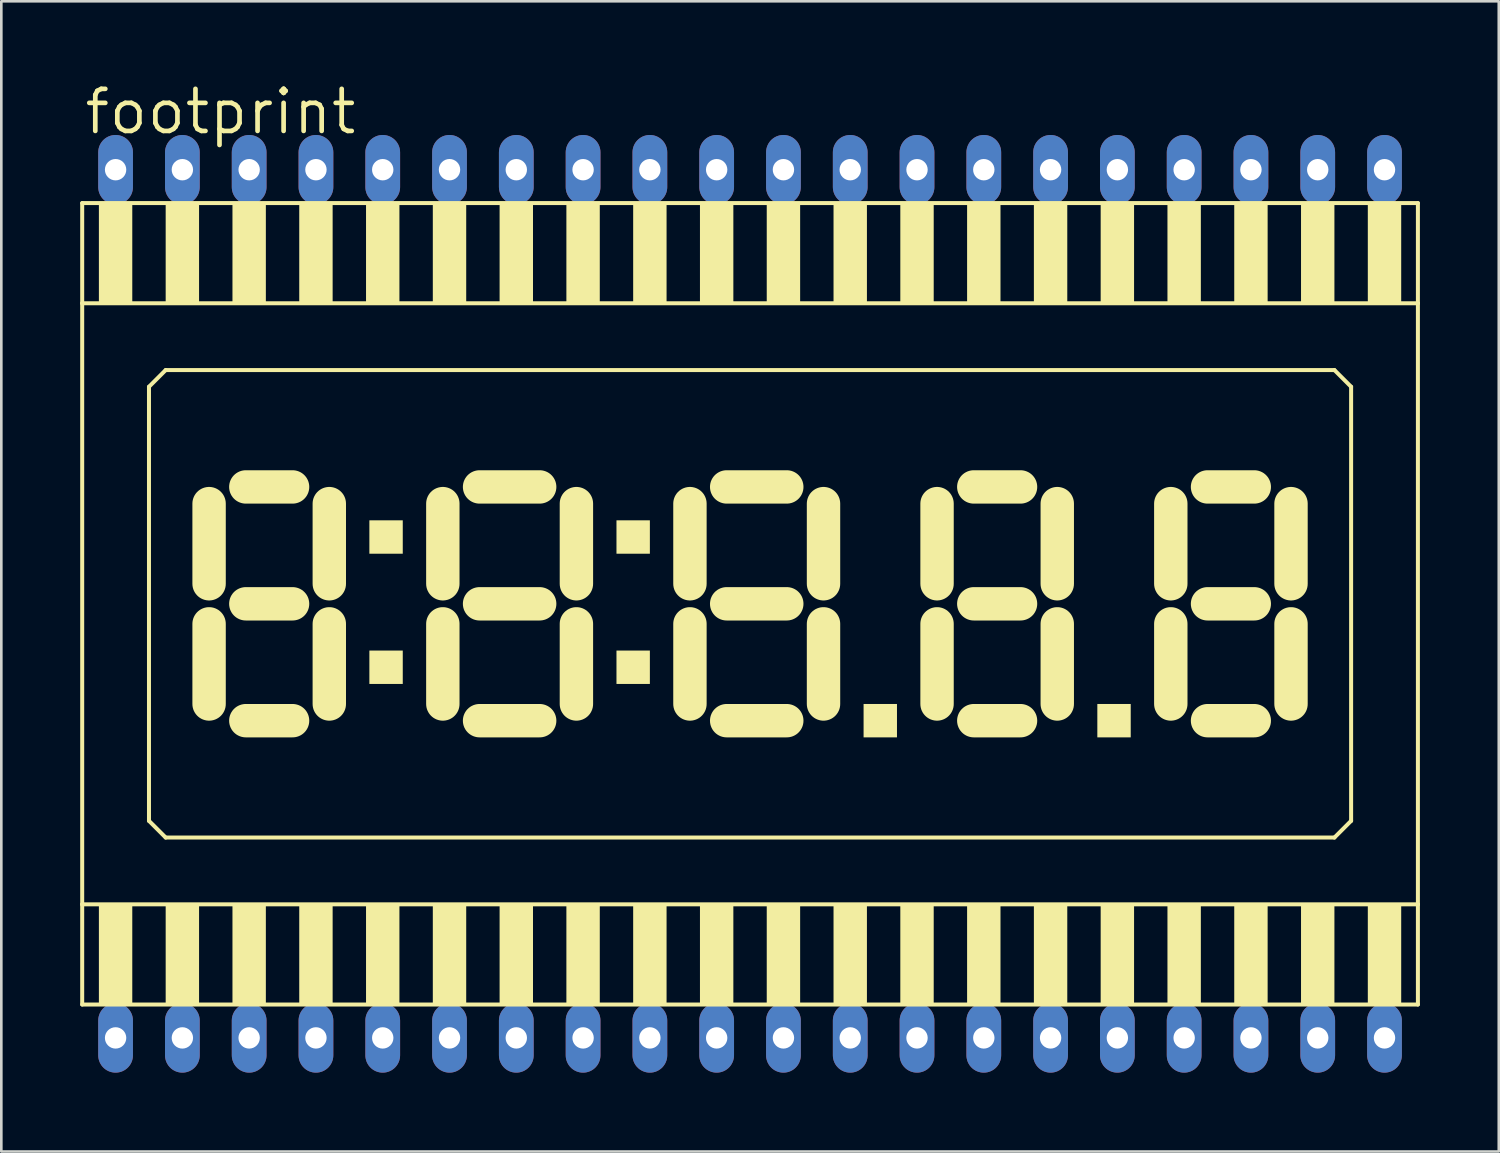
<source format=kicad_pcb>
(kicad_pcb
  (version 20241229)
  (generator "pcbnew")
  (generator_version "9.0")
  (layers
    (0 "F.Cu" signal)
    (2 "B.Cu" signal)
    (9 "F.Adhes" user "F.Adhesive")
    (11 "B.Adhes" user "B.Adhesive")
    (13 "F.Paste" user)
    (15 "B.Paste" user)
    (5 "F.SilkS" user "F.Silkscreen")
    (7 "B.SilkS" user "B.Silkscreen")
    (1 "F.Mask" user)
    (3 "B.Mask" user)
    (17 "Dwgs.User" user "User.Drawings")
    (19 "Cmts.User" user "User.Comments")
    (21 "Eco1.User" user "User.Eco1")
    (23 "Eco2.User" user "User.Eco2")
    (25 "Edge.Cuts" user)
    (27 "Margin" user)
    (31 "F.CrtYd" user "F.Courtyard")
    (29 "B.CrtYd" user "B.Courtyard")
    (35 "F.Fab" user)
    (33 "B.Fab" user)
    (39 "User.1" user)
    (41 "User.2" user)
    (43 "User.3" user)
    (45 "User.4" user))
  (footprint "footprint"
    (layer "F.Cu")
    (at 25.476 19.914)
    (property "Reference" "footprint" (at -25.4 -17.78 0) (layer "F.SilkS") (effects (font (size 1.6 1.6) (thickness 0.178)) (justify left bottom)))
    (fp_line (start -25.4 -15.24) (end -25.4 -11.43) (stroke (width 0.152) (type solid)) (layer "F.SilkS"))
    (fp_line (start -25.4 -11.43) (end -25.4 11.43) (stroke (width 0.152) (type solid)) (layer "F.SilkS"))
    (fp_line (start -25.4 -11.43) (end 25.4 -11.43) (stroke (width 0.152) (type solid)) (layer "F.SilkS"))
    (fp_line (start -25.4 11.43) (end -25.4 15.24) (stroke (width 0.152) (type solid)) (layer "F.SilkS"))
    (fp_line (start -25.4 15.24) (end 25.4 15.24) (stroke (width 0.152) (type solid)) (layer "F.SilkS"))
    (fp_line (start -22.86 -8.255) (end -22.86 8.255) (stroke (width 0.152) (type solid)) (layer "F.SilkS"))
    (fp_line (start -22.86 8.255) (end -22.225 8.89) (stroke (width 0.152) (type solid)) (layer "F.SilkS"))
    (fp_line (start -22.225 -8.89) (end -22.86 -8.255) (stroke (width 0.152) (type solid)) (layer "F.SilkS"))
    (fp_line (start -22.225 8.89) (end 22.225 8.89) (stroke (width 0.152) (type solid)) (layer "F.SilkS"))
    (fp_line (start -20.574 -3.81) (end -20.574 -0.762) (stroke (width 1.27) (type solid)) (layer "F.SilkS"))
    (fp_line (start -20.574 0.762) (end -20.574 3.81) (stroke (width 1.27) (type solid)) (layer "F.SilkS"))
    (fp_line (start -19.177 -4.445) (end -17.399 -4.445) (stroke (width 1.27) (type solid)) (layer "F.SilkS"))
    (fp_line (start -19.177 0) (end -17.399 0) (stroke (width 1.27) (type solid)) (layer "F.SilkS"))
    (fp_line (start -19.177 4.445) (end -17.399 4.445) (stroke (width 1.27) (type solid)) (layer "F.SilkS"))
    (fp_line (start -16.002 -0.762) (end -16.002 -3.81) (stroke (width 1.27) (type solid)) (layer "F.SilkS"))
    (fp_line (start -16.002 3.81) (end -16.002 0.762) (stroke (width 1.27) (type solid)) (layer "F.SilkS"))
    (fp_line (start -11.684 -3.81) (end -11.684 -0.762) (stroke (width 1.27) (type solid)) (layer "F.SilkS"))
    (fp_line (start -11.684 0.762) (end -11.684 3.81) (stroke (width 1.27) (type solid)) (layer "F.SilkS"))
    (fp_line (start -10.287 -4.445) (end -8.001 -4.445) (stroke (width 1.27) (type solid)) (layer "F.SilkS"))
    (fp_line (start -10.287 0) (end -8.001 0) (stroke (width 1.27) (type solid)) (layer "F.SilkS"))
    (fp_line (start -10.287 4.445) (end -8.001 4.445) (stroke (width 1.27) (type solid)) (layer "F.SilkS"))
    (fp_line (start -6.604 -0.762) (end -6.604 -3.81) (stroke (width 1.27) (type solid)) (layer "F.SilkS"))
    (fp_line (start -6.604 3.81) (end -6.604 0.762) (stroke (width 1.27) (type solid)) (layer "F.SilkS"))
    (fp_line (start -2.286 -3.81) (end -2.286 -0.762) (stroke (width 1.27) (type solid)) (layer "F.SilkS"))
    (fp_line (start -2.286 0.762) (end -2.286 3.81) (stroke (width 1.27) (type solid)) (layer "F.SilkS"))
    (fp_line (start -0.889 -4.445) (end 1.397 -4.445) (stroke (width 1.27) (type solid)) (layer "F.SilkS"))
    (fp_line (start -0.889 0) (end 1.397 0) (stroke (width 1.27) (type solid)) (layer "F.SilkS"))
    (fp_line (start -0.889 4.445) (end 1.397 4.445) (stroke (width 1.27) (type solid)) (layer "F.SilkS"))
    (fp_line (start 2.794 -0.762) (end 2.794 -3.81) (stroke (width 1.27) (type solid)) (layer "F.SilkS"))
    (fp_line (start 2.794 3.81) (end 2.794 0.762) (stroke (width 1.27) (type solid)) (layer "F.SilkS"))
    (fp_line (start 7.112 -3.81) (end 7.112 -0.762) (stroke (width 1.27) (type solid)) (layer "F.SilkS"))
    (fp_line (start 7.112 0.762) (end 7.112 3.81) (stroke (width 1.27) (type solid)) (layer "F.SilkS"))
    (fp_line (start 8.509 -4.445) (end 10.287 -4.445) (stroke (width 1.27) (type solid)) (layer "F.SilkS"))
    (fp_line (start 8.509 0) (end 10.287 0) (stroke (width 1.27) (type solid)) (layer "F.SilkS"))
    (fp_line (start 8.509 4.445) (end 10.287 4.445) (stroke (width 1.27) (type solid)) (layer "F.SilkS"))
    (fp_line (start 11.684 -0.762) (end 11.684 -3.81) (stroke (width 1.27) (type solid)) (layer "F.SilkS"))
    (fp_line (start 11.684 3.81) (end 11.684 0.762) (stroke (width 1.27) (type solid)) (layer "F.SilkS"))
    (fp_line (start 16.002 -3.81) (end 16.002 -0.762) (stroke (width 1.27) (type solid)) (layer "F.SilkS"))
    (fp_line (start 16.002 0.762) (end 16.002 3.81) (stroke (width 1.27) (type solid)) (layer "F.SilkS"))
    (fp_line (start 17.399 -4.445) (end 19.177 -4.445) (stroke (width 1.27) (type solid)) (layer "F.SilkS"))
    (fp_line (start 17.399 0) (end 19.177 0) (stroke (width 1.27) (type solid)) (layer "F.SilkS"))
    (fp_line (start 17.399 4.445) (end 19.177 4.445) (stroke (width 1.27) (type solid)) (layer "F.SilkS"))
    (fp_line (start 20.574 -0.762) (end 20.574 -3.81) (stroke (width 1.27) (type solid)) (layer "F.SilkS"))
    (fp_line (start 20.574 3.81) (end 20.574 0.762) (stroke (width 1.27) (type solid)) (layer "F.SilkS"))
    (fp_line (start 22.225 -8.89) (end -22.225 -8.89) (stroke (width 0.152) (type solid)) (layer "F.SilkS"))
    (fp_line (start 22.225 8.89) (end 22.86 8.255) (stroke (width 0.152) (type solid)) (layer "F.SilkS"))
    (fp_line (start 22.86 -8.255) (end 22.225 -8.89) (stroke (width 0.152) (type solid)) (layer "F.SilkS"))
    (fp_line (start 22.86 8.255) (end 22.86 -8.255) (stroke (width 0.152) (type solid)) (layer "F.SilkS"))
    (fp_line (start 25.4 -15.24) (end -25.4 -15.24) (stroke (width 0.152) (type solid)) (layer "F.SilkS"))
    (fp_line (start 25.4 -11.43) (end 25.4 -15.24) (stroke (width 0.152) (type solid)) (layer "F.SilkS"))
    (fp_line (start 25.4 11.43) (end -25.4 11.43) (stroke (width 0.152) (type solid)) (layer "F.SilkS"))
    (fp_line (start 25.4 11.43) (end 25.4 -11.43) (stroke (width 0.152) (type solid)) (layer "F.SilkS"))
    (fp_line (start 25.4 15.24) (end 25.4 11.43) (stroke (width 0.152) (type solid)) (layer "F.SilkS"))
    (fp_poly (pts (xy -24.765 -11.43) (xy -23.495 -11.43) (xy -23.495 -15.24) (xy -24.765 -15.24)) (stroke (width 0) (type solid)) (fill yes) (layer "F.SilkS"))
    (fp_poly (pts (xy -24.765 15.24) (xy -23.495 15.24) (xy -23.495 11.43) (xy -24.765 11.43)) (stroke (width 0) (type solid)) (fill yes) (layer "F.SilkS"))
    (fp_poly (pts (xy -22.225 -11.43) (xy -20.955 -11.43) (xy -20.955 -15.24) (xy -22.225 -15.24)) (stroke (width 0) (type solid)) (fill yes) (layer "F.SilkS"))
    (fp_poly (pts (xy -22.225 15.24) (xy -20.955 15.24) (xy -20.955 11.43) (xy -22.225 11.43)) (stroke (width 0) (type solid)) (fill yes) (layer "F.SilkS"))
    (fp_poly (pts (xy -19.685 -11.43) (xy -18.415 -11.43) (xy -18.415 -15.24) (xy -19.685 -15.24)) (stroke (width 0) (type solid)) (fill yes) (layer "F.SilkS"))
    (fp_poly (pts (xy -19.685 15.24) (xy -18.415 15.24) (xy -18.415 11.43) (xy -19.685 11.43)) (stroke (width 0) (type solid)) (fill yes) (layer "F.SilkS"))
    (fp_poly (pts (xy -17.145 -11.43) (xy -15.875 -11.43) (xy -15.875 -15.24) (xy -17.145 -15.24)) (stroke (width 0) (type solid)) (fill yes) (layer "F.SilkS"))
    (fp_poly (pts (xy -17.145 15.24) (xy -15.875 15.24) (xy -15.875 11.43) (xy -17.145 11.43)) (stroke (width 0) (type solid)) (fill yes) (layer "F.SilkS"))
    (fp_poly (pts (xy -14.605 -11.43) (xy -13.335 -11.43) (xy -13.335 -15.24) (xy -14.605 -15.24)) (stroke (width 0) (type solid)) (fill yes) (layer "F.SilkS"))
    (fp_poly (pts (xy -14.605 15.24) (xy -13.335 15.24) (xy -13.335 11.43) (xy -14.605 11.43)) (stroke (width 0) (type solid)) (fill yes) (layer "F.SilkS"))
    (fp_poly (pts (xy -14.478 -1.905) (xy -13.208 -1.905) (xy -13.208 -3.175) (xy -14.478 -3.175)) (stroke (width 0) (type solid)) (fill yes) (layer "F.SilkS"))
    (fp_poly (pts (xy -14.478 3.048) (xy -13.208 3.048) (xy -13.208 1.778) (xy -14.478 1.778)) (stroke (width 0) (type solid)) (fill yes) (layer "F.SilkS"))
    (fp_poly (pts (xy -12.065 -11.43) (xy -10.795 -11.43) (xy -10.795 -15.24) (xy -12.065 -15.24)) (stroke (width 0) (type solid)) (fill yes) (layer "F.SilkS"))
    (fp_poly (pts (xy -12.065 15.24) (xy -10.795 15.24) (xy -10.795 11.43) (xy -12.065 11.43)) (stroke (width 0) (type solid)) (fill yes) (layer "F.SilkS"))
    (fp_poly (pts (xy -9.525 -11.43) (xy -8.255 -11.43) (xy -8.255 -15.24) (xy -9.525 -15.24)) (stroke (width 0) (type solid)) (fill yes) (layer "F.SilkS"))
    (fp_poly (pts (xy -9.525 15.24) (xy -8.255 15.24) (xy -8.255 11.43) (xy -9.525 11.43)) (stroke (width 0) (type solid)) (fill yes) (layer "F.SilkS"))
    (fp_poly (pts (xy -6.985 -11.43) (xy -5.715 -11.43) (xy -5.715 -15.24) (xy -6.985 -15.24)) (stroke (width 0) (type solid)) (fill yes) (layer "F.SilkS"))
    (fp_poly (pts (xy -6.985 15.24) (xy -5.715 15.24) (xy -5.715 11.43) (xy -6.985 11.43)) (stroke (width 0) (type solid)) (fill yes) (layer "F.SilkS"))
    (fp_poly (pts (xy -5.08 -1.905) (xy -3.81 -1.905) (xy -3.81 -3.175) (xy -5.08 -3.175)) (stroke (width 0) (type solid)) (fill yes) (layer "F.SilkS"))
    (fp_poly (pts (xy -5.08 3.048) (xy -3.81 3.048) (xy -3.81 1.778) (xy -5.08 1.778)) (stroke (width 0) (type solid)) (fill yes) (layer "F.SilkS"))
    (fp_poly (pts (xy -4.445 -11.43) (xy -3.175 -11.43) (xy -3.175 -15.24) (xy -4.445 -15.24)) (stroke (width 0) (type solid)) (fill yes) (layer "F.SilkS"))
    (fp_poly (pts (xy -4.445 15.24) (xy -3.175 15.24) (xy -3.175 11.43) (xy -4.445 11.43)) (stroke (width 0) (type solid)) (fill yes) (layer "F.SilkS"))
    (fp_poly (pts (xy -1.905 -11.43) (xy -0.635 -11.43) (xy -0.635 -15.24) (xy -1.905 -15.24)) (stroke (width 0) (type solid)) (fill yes) (layer "F.SilkS"))
    (fp_poly (pts (xy -1.905 15.24) (xy -0.635 15.24) (xy -0.635 11.43) (xy -1.905 11.43)) (stroke (width 0) (type solid)) (fill yes) (layer "F.SilkS"))
    (fp_poly (pts (xy 0.635 -11.43) (xy 1.905 -11.43) (xy 1.905 -15.24) (xy 0.635 -15.24)) (stroke (width 0) (type solid)) (fill yes) (layer "F.SilkS"))
    (fp_poly (pts (xy 0.635 15.24) (xy 1.905 15.24) (xy 1.905 11.43) (xy 0.635 11.43)) (stroke (width 0) (type solid)) (fill yes) (layer "F.SilkS"))
    (fp_poly (pts (xy 3.175 -11.43) (xy 4.445 -11.43) (xy 4.445 -15.24) (xy 3.175 -15.24)) (stroke (width 0) (type solid)) (fill yes) (layer "F.SilkS"))
    (fp_poly (pts (xy 3.175 15.24) (xy 4.445 15.24) (xy 4.445 11.43) (xy 3.175 11.43)) (stroke (width 0) (type solid)) (fill yes) (layer "F.SilkS"))
    (fp_poly (pts (xy 4.318 5.08) (xy 5.588 5.08) (xy 5.588 3.81) (xy 4.318 3.81)) (stroke (width 0) (type solid)) (fill yes) (layer "F.SilkS"))
    (fp_poly (pts (xy 5.715 -11.43) (xy 6.985 -11.43) (xy 6.985 -15.24) (xy 5.715 -15.24)) (stroke (width 0) (type solid)) (fill yes) (layer "F.SilkS"))
    (fp_poly (pts (xy 5.715 15.24) (xy 6.985 15.24) (xy 6.985 11.43) (xy 5.715 11.43)) (stroke (width 0) (type solid)) (fill yes) (layer "F.SilkS"))
    (fp_poly (pts (xy 8.255 -11.43) (xy 9.525 -11.43) (xy 9.525 -15.24) (xy 8.255 -15.24)) (stroke (width 0) (type solid)) (fill yes) (layer "F.SilkS"))
    (fp_poly (pts (xy 8.255 15.24) (xy 9.525 15.24) (xy 9.525 11.43) (xy 8.255 11.43)) (stroke (width 0) (type solid)) (fill yes) (layer "F.SilkS"))
    (fp_poly (pts (xy 10.795 -11.43) (xy 12.065 -11.43) (xy 12.065 -15.24) (xy 10.795 -15.24)) (stroke (width 0) (type solid)) (fill yes) (layer "F.SilkS"))
    (fp_poly (pts (xy 10.795 15.24) (xy 12.065 15.24) (xy 12.065 11.43) (xy 10.795 11.43)) (stroke (width 0) (type solid)) (fill yes) (layer "F.SilkS"))
    (fp_poly (pts (xy 13.208 5.08) (xy 14.478 5.08) (xy 14.478 3.81) (xy 13.208 3.81)) (stroke (width 0) (type solid)) (fill yes) (layer "F.SilkS"))
    (fp_poly (pts (xy 13.335 -11.43) (xy 14.605 -11.43) (xy 14.605 -15.24) (xy 13.335 -15.24)) (stroke (width 0) (type solid)) (fill yes) (layer "F.SilkS"))
    (fp_poly (pts (xy 13.335 15.24) (xy 14.605 15.24) (xy 14.605 11.43) (xy 13.335 11.43)) (stroke (width 0) (type solid)) (fill yes) (layer "F.SilkS"))
    (fp_poly (pts (xy 15.875 -11.43) (xy 17.145 -11.43) (xy 17.145 -15.24) (xy 15.875 -15.24)) (stroke (width 0) (type solid)) (fill yes) (layer "F.SilkS"))
    (fp_poly (pts (xy 15.875 15.24) (xy 17.145 15.24) (xy 17.145 11.43) (xy 15.875 11.43)) (stroke (width 0) (type solid)) (fill yes) (layer "F.SilkS"))
    (fp_poly (pts (xy 18.415 -11.43) (xy 19.685 -11.43) (xy 19.685 -15.24) (xy 18.415 -15.24)) (stroke (width 0) (type solid)) (fill yes) (layer "F.SilkS"))
    (fp_poly (pts (xy 18.415 15.24) (xy 19.685 15.24) (xy 19.685 11.43) (xy 18.415 11.43)) (stroke (width 0) (type solid)) (fill yes) (layer "F.SilkS"))
    (fp_poly (pts (xy 20.955 -11.43) (xy 22.225 -11.43) (xy 22.225 -15.24) (xy 20.955 -15.24)) (stroke (width 0) (type solid)) (fill yes) (layer "F.SilkS"))
    (fp_poly (pts (xy 20.955 15.24) (xy 22.225 15.24) (xy 22.225 11.43) (xy 20.955 11.43)) (stroke (width 0) (type solid)) (fill yes) (layer "F.SilkS"))
    (fp_poly (pts (xy 23.495 -11.43) (xy 24.765 -11.43) (xy 24.765 -15.24) (xy 23.495 -15.24)) (stroke (width 0) (type solid)) (fill yes) (layer "F.SilkS"))
    (fp_poly (pts (xy 23.495 15.24) (xy 24.765 15.24) (xy 24.765 11.43) (xy 23.495 11.43)) (stroke (width 0) (type solid)) (fill yes) (layer "F.SilkS"))
    (pad "1" thru_hole oval (at -24.13 16.51 90) (size 2.642 1.321) (drill 0.813) (layers "*.Cu" "*.Mask"))
    (pad "2" thru_hole oval (at -21.59 16.51 90) (size 2.642 1.321) (drill 0.813) (layers "*.Cu" "*.Mask"))
    (pad "3" thru_hole oval (at -19.05 16.51 90) (size 2.642 1.321) (drill 0.813) (layers "*.Cu" "*.Mask"))
    (pad "4" thru_hole oval (at -16.51 16.51 90) (size 2.642 1.321) (drill 0.813) (layers "*.Cu" "*.Mask"))
    (pad "5" thru_hole oval (at -13.97 16.51 90) (size 2.642 1.321) (drill 0.813) (layers "*.Cu" "*.Mask"))
    (pad "6" thru_hole oval (at -11.43 16.51 90) (size 2.642 1.321) (drill 0.813) (layers "*.Cu" "*.Mask"))
    (pad "7" thru_hole oval (at -8.89 16.51 90) (size 2.642 1.321) (drill 0.813) (layers "*.Cu" "*.Mask"))
    (pad "8" thru_hole oval (at -6.35 16.51 90) (size 2.642 1.321) (drill 0.813) (layers "*.Cu" "*.Mask"))
    (pad "9" thru_hole oval (at -3.81 16.51 90) (size 2.642 1.321) (drill 0.813) (layers "*.Cu" "*.Mask"))
    (pad "10" thru_hole oval (at -1.27 16.51 90) (size 2.642 1.321) (drill 0.813) (layers "*.Cu" "*.Mask"))
    (pad "11" thru_hole oval (at 1.27 16.51 90) (size 2.642 1.321) (drill 0.813) (layers "*.Cu" "*.Mask"))
    (pad "12" thru_hole oval (at 3.81 16.51 90) (size 2.642 1.321) (drill 0.813) (layers "*.Cu" "*.Mask"))
    (pad "13" thru_hole oval (at 6.35 16.51 90) (size 2.642 1.321) (drill 0.813) (layers "*.Cu" "*.Mask"))
    (pad "14" thru_hole oval (at 8.89 16.51 90) (size 2.642 1.321) (drill 0.813) (layers "*.Cu" "*.Mask"))
    (pad "15" thru_hole oval (at 11.43 16.51 90) (size 2.642 1.321) (drill 0.813) (layers "*.Cu" "*.Mask"))
    (pad "16" thru_hole oval (at 13.97 16.51 90) (size 2.642 1.321) (drill 0.813) (layers "*.Cu" "*.Mask"))
    (pad "17" thru_hole oval (at 16.51 16.51 90) (size 2.642 1.321) (drill 0.813) (layers "*.Cu" "*.Mask"))
    (pad "18" thru_hole oval (at 19.05 16.51 90) (size 2.642 1.321) (drill 0.813) (layers "*.Cu" "*.Mask"))
    (pad "19" thru_hole oval (at 21.59 16.51 90) (size 2.642 1.321) (drill 0.813) (layers "*.Cu" "*.Mask"))
    (pad "20" thru_hole oval (at 24.13 16.51 90) (size 2.642 1.321) (drill 0.813) (layers "*.Cu" "*.Mask"))
    (pad "21" thru_hole oval (at 24.13 -16.51 90) (size 2.642 1.321) (drill 0.813) (layers "*.Cu" "*.Mask"))
    (pad "22" thru_hole oval (at 21.59 -16.51 90) (size 2.642 1.321) (drill 0.813) (layers "*.Cu" "*.Mask"))
    (pad "23" thru_hole oval (at 19.05 -16.51 90) (size 2.642 1.321) (drill 0.813) (layers "*.Cu" "*.Mask"))
    (pad "24" thru_hole oval (at 16.51 -16.51 90) (size 2.642 1.321) (drill 0.813) (layers "*.Cu" "*.Mask"))
    (pad "25" thru_hole oval (at 13.97 -16.51 90) (size 2.642 1.321) (drill 0.813) (layers "*.Cu" "*.Mask"))
    (pad "26" thru_hole oval (at 11.43 -16.51 90) (size 2.642 1.321) (drill 0.813) (layers "*.Cu" "*.Mask"))
    (pad "27" thru_hole oval (at 8.89 -16.51 90) (size 2.642 1.321) (drill 0.813) (layers "*.Cu" "*.Mask"))
    (pad "28" thru_hole oval (at 6.35 -16.51 90) (size 2.642 1.321) (drill 0.813) (layers "*.Cu" "*.Mask"))
    (pad "29" thru_hole oval (at 3.81 -16.51 90) (size 2.642 1.321) (drill 0.813) (layers "*.Cu" "*.Mask"))
    (pad "30" thru_hole oval (at 1.27 -16.51 90) (size 2.642 1.321) (drill 0.813) (layers "*.Cu" "*.Mask"))
    (pad "31" thru_hole oval (at -1.27 -16.51 90) (size 2.642 1.321) (drill 0.813) (layers "*.Cu" "*.Mask"))
    (pad "32" thru_hole oval (at -3.81 -16.51 90) (size 2.642 1.321) (drill 0.813) (layers "*.Cu" "*.Mask"))
    (pad "33" thru_hole oval (at -6.35 -16.51 90) (size 2.642 1.321) (drill 0.813) (layers "*.Cu" "*.Mask"))
    (pad "34" thru_hole oval (at -8.89 -16.51 90) (size 2.642 1.321) (drill 0.813) (layers "*.Cu" "*.Mask"))
    (pad "35" thru_hole oval (at -11.43 -16.51 90) (size 2.642 1.321) (drill 0.813) (layers "*.Cu" "*.Mask"))
    (pad "36" thru_hole oval (at -13.97 -16.51 90) (size 2.642 1.321) (drill 0.813) (layers "*.Cu" "*.Mask"))
    (pad "37" thru_hole oval (at -16.51 -16.51 90) (size 2.642 1.321) (drill 0.813) (layers "*.Cu" "*.Mask"))
    (pad "38" thru_hole oval (at -19.05 -16.51 90) (size 2.642 1.321) (drill 0.813) (layers "*.Cu" "*.Mask"))
    (pad "39" thru_hole oval (at -21.59 -16.51 90) (size 2.642 1.321) (drill 0.813) (layers "*.Cu" "*.Mask"))
    (pad "40" thru_hole oval (at -24.13 -16.51 90) (size 2.642 1.321) (drill 0.813) (layers "*.Cu" "*.Mask")))
  (gr_rect
    (start -3 -3)
    (end 53.952 40.744)
    (stroke (width 0.1) (type default))
    (fill no)
    (layer "Edge.Cuts")))
</source>
